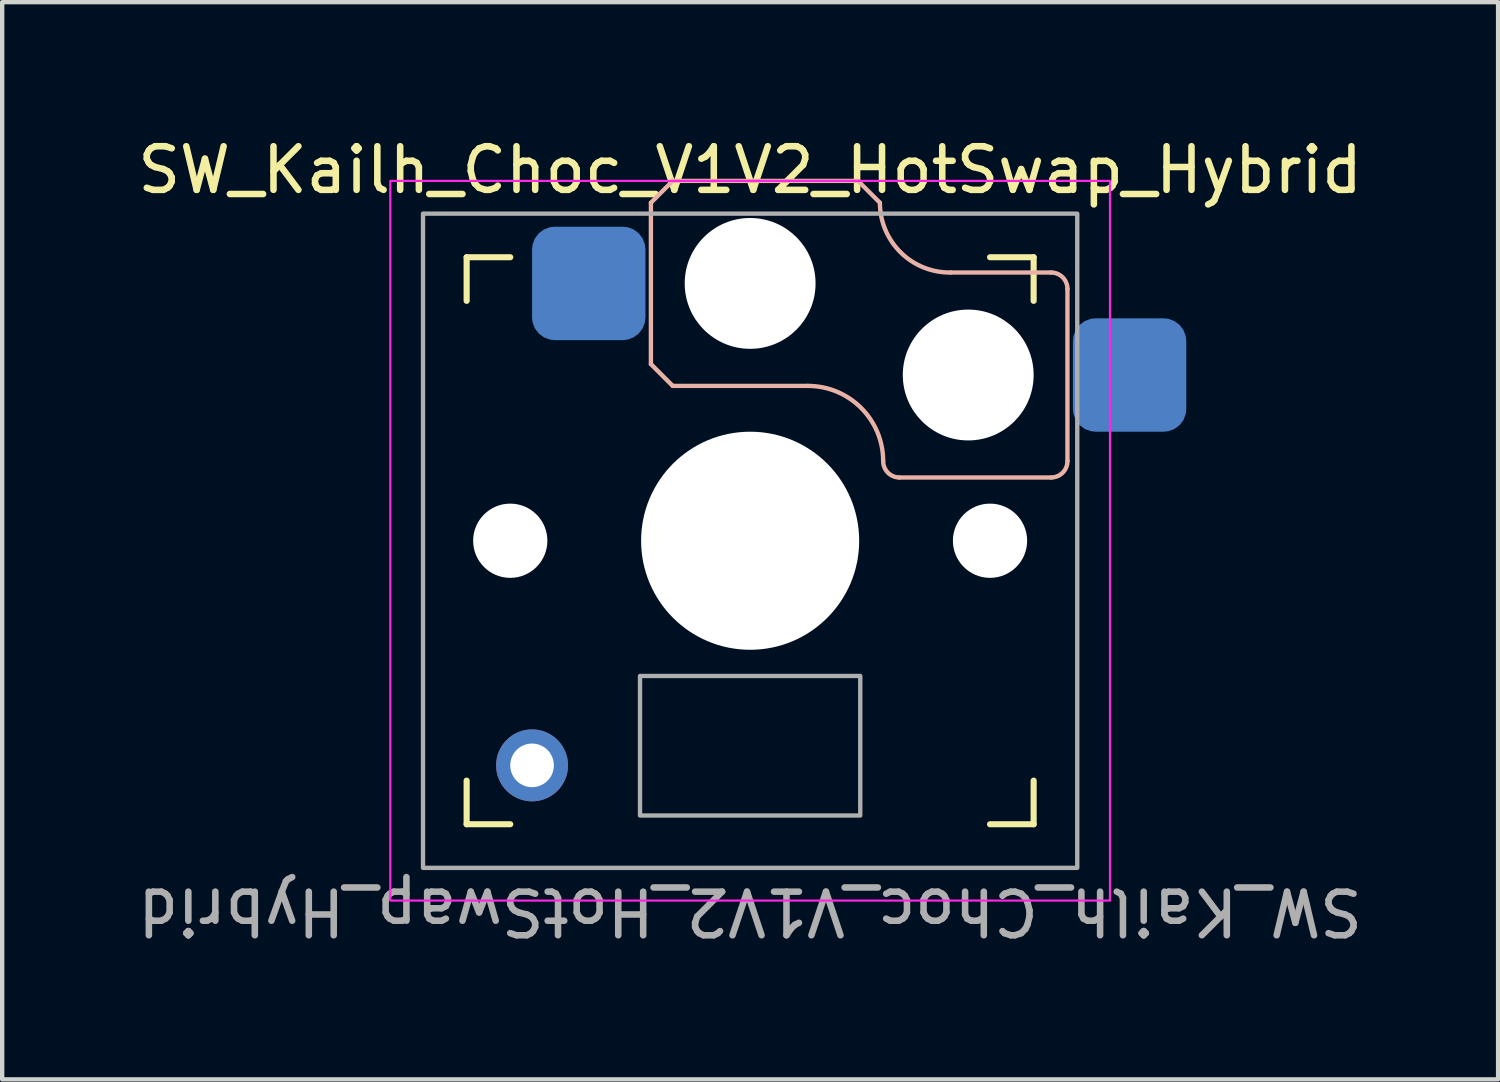
<source format=kicad_pcb>
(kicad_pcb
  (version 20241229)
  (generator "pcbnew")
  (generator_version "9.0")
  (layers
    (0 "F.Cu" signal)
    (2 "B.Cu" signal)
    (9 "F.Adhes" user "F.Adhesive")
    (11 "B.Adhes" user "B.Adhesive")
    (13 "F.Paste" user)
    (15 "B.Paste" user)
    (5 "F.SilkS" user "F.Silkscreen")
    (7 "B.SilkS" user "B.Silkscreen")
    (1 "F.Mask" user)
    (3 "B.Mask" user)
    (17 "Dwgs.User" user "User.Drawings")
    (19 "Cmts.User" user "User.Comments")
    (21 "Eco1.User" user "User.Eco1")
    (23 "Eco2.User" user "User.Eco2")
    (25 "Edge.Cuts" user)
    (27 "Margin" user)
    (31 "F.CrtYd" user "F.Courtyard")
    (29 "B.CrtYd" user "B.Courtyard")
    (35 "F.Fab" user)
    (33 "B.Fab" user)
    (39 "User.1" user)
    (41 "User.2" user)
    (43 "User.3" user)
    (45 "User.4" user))
  (footprint "SW_Kailh_Choc_V1V2_HotSwap_Hybrid"
    (layer "F.Cu")
    (at 14.149 9.348)
    (property "Reference" "SW_Kailh_Choc_V1V2_HotSwap_Hybrid" (at 0 -8.5 0) (unlocked yes) (layer "F.SilkS") (effects (font (size 1 1) (thickness 0.15))))
    (attr smd)
    (fp_line (start -6.5 -5.5) (end -6.5 -6.5) (stroke (width 0.14) (type solid)) (layer "F.SilkS"))
    (fp_line (start -6.5 6.5) (end -6.5 5.5) (stroke (width 0.14) (type solid)) (layer "F.SilkS"))
    (fp_line (start -6.5 6.5) (end -5.5 6.5) (stroke (width 0.14) (type solid)) (layer "F.SilkS"))
    (fp_line (start -5.5 -6.5) (end -6.5 -6.5) (stroke (width 0.14) (type solid)) (layer "F.SilkS"))
    (fp_line (start 5.5 6.5) (end 6.5 6.5) (stroke (width 0.14) (type solid)) (layer "F.SilkS"))
    (fp_line (start 6.5 -6.5) (end 5.5 -6.5) (stroke (width 0.14) (type solid)) (layer "F.SilkS"))
    (fp_line (start 6.5 -6.5) (end 6.5 -5.5) (stroke (width 0.14) (type solid)) (layer "F.SilkS"))
    (fp_line (start 6.5 5.5) (end 6.5 6.5) (stroke (width 0.14) (type solid)) (layer "F.SilkS"))
    (fp_line (start -2.275 -7.75) (end -1.775 -8.25) (stroke (width 0.1) (type default)) (layer "B.SilkS"))
    (fp_line (start -2.275 -4.05) (end -2.275 -7.75) (stroke (width 0.1) (type default)) (layer "B.SilkS"))
    (fp_line (start -2.275 -4.05) (end -1.775 -3.55) (stroke (width 0.1) (type default)) (layer "B.SilkS"))
    (fp_line (start -1.775 -8.25) (end 2.475 -8.25) (stroke (width 0.1) (type default)) (layer "B.SilkS"))
    (fp_line (start 1.325 -3.55) (end -1.775 -3.55) (stroke (width 0.1) (type default)) (layer "B.SilkS"))
    (fp_line (start 2.475 -8.25) (end 2.975 -7.75) (stroke (width 0.1) (type default)) (layer "B.SilkS"))
    (fp_line (start 6.9 -6.15) (end 4.6 -6.15) (stroke (width 0.1) (type default)) (layer "B.SilkS"))
    (fp_line (start 6.9 -1.45) (end 3.425 -1.45) (stroke (width 0.1) (type default)) (layer "B.SilkS"))
    (fp_line (start 7.275 -5.775) (end 7.275 -1.825) (stroke (width 0.1) (type default)) (layer "B.SilkS"))
    (fp_arc (start 1.325 -3.55) (mid 2.544759 -3.044759) (end 3.05 -1.825) (stroke (width 0.1) (type default)) (layer "B.SilkS"))
    (fp_arc (start 3.425 -1.45) (mid 3.159835 -1.559835) (end 3.05 -1.825) (stroke (width 0.1) (type default)) (layer "B.SilkS"))
    (fp_arc (start 4.600195 -6.15) (mid 3.45256 -6.609686) (end 2.975 -7.75) (stroke (width 0.1) (type default)) (layer "B.SilkS"))
    (fp_arc (start 6.9 -6.15) (mid 7.165165 -6.040165) (end 7.275 -5.775) (stroke (width 0.1) (type default)) (layer "B.SilkS"))
    (fp_arc (start 7.275 -1.825) (mid 7.165165 -1.559835) (end 6.9 -1.45) (stroke (width 0.1) (type default)) (layer "B.SilkS"))
    (fp_rect (start -8.25 -8.25) (end 8.25 8.25) (stroke (width 0.05) (type solid)) (fill no) (layer "F.CrtYd"))
    (fp_rect (start -7.5 -7.5) (end 7.5 7.5) (stroke (width 0.1) (type solid)) (fill no) (layer "F.Fab"))
    (fp_rect (start -2.525 3.1) (end 2.525 6.3) (stroke (width 0.1) (type default)) (fill no) (layer "F.Fab"))
    (fp_text user "${REFERENCE}" (at 0 8.5 180) (unlocked yes) (layer "F.Fab") (effects (font (size 1 1) (thickness 0.15))))
    (pad "" np_thru_hole circle (at -5.5 0 180) (size 1.702 1.702) (drill 1.702) (layers "*.Cu" "*.Mask"))
    (pad "" thru_hole circle (at -5 5.15 180) (size 1.65 1.65) (drill 1) (layers "*.Cu" "B.Mask"))
    (pad "" np_thru_hole circle (at 0 -5.9 180) (size 3 3) (drill 3) (layers "*.Cu" "*.Mask"))
    (pad "" np_thru_hole circle (at 0 0 180) (size 5 5) (drill 5) (layers "*.Cu" "*.Mask"))
    (pad "" np_thru_hole circle (at 5 -3.8 180) (size 3 3) (drill 3) (layers "*.Cu" "*.Mask"))
    (pad "" np_thru_hole circle (at 5.5 0 180) (size 1.702 1.702) (drill 1.702) (layers "*.Cu" "*.Mask"))
    (pad "1" smd roundrect (at -3.7 -5.9 180) (size 2.6 2.6) (layers "B.Cu" "B.Mask" "B.Paste") (roundrect_rratio 0.2))
    (pad "2" smd roundrect (at 8.7 -3.8 180) (size 2.6 2.6) (layers "B.Cu" "B.Mask" "B.Paste") (roundrect_rratio 0.2)))
  (gr_rect
    (start -3 -3)
    (end 31.298 21.697)
    (stroke (width 0.1) (type default))
    (fill no)
    (layer "Edge.Cuts")))
</source>
